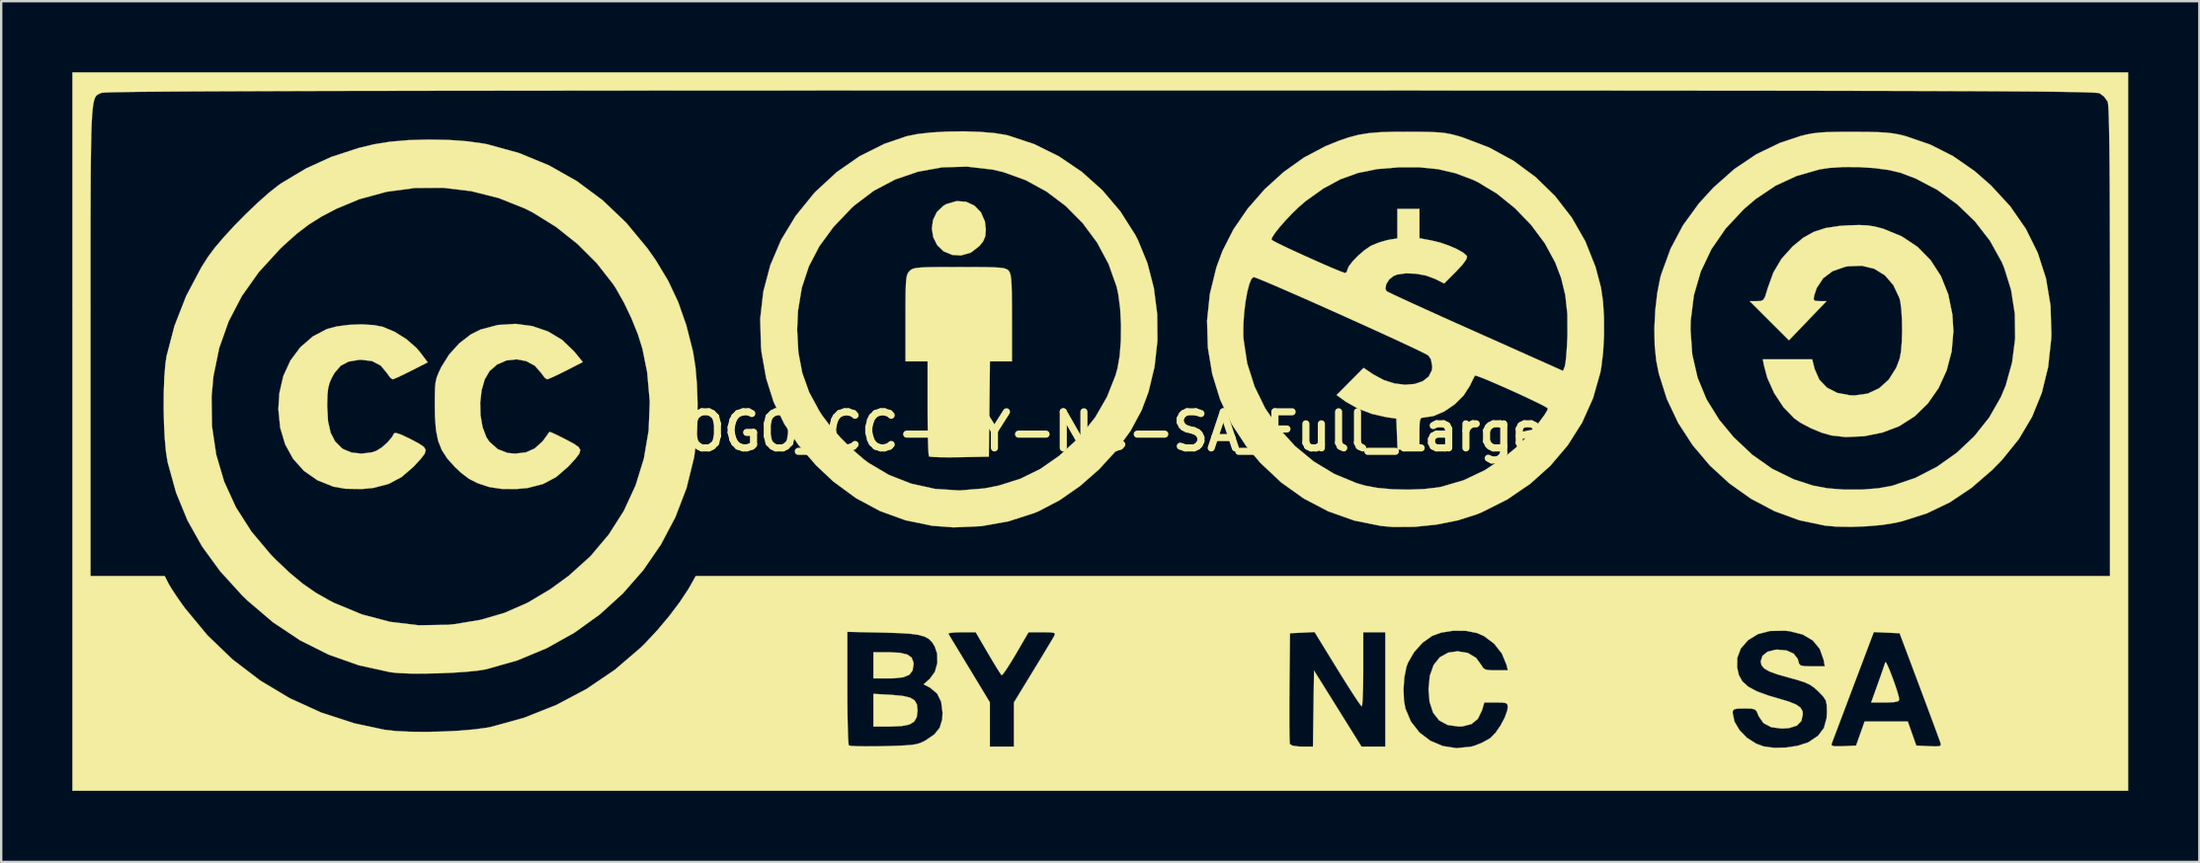
<source format=kicad_pcb>
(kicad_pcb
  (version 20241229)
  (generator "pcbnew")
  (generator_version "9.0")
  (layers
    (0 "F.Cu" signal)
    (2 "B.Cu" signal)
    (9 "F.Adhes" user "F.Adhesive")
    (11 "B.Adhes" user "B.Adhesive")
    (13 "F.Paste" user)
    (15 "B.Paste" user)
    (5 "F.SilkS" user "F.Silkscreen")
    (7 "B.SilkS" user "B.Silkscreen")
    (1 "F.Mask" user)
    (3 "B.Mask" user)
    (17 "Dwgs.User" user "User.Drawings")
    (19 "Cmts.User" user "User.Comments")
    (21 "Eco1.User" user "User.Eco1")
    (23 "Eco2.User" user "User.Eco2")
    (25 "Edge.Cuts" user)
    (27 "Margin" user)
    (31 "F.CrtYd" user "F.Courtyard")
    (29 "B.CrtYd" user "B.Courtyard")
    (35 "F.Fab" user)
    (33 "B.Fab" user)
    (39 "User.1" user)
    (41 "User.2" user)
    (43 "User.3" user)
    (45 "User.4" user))
  (footprint "LOGO_CC-BY-NC-SA_Full_Large"
    (layer "F.Cu")
    (at 43.354 15.16)
    (property "Reference" "LOGO_CC-BY-NC-SA_Full_Large" (at 0 0 0) (layer "F.SilkS") (effects (font (size 1.524 1.524) (thickness 0.3))))
    (attr through_hole board_only exclude_from_pos_files exclude_from_bom)
    (fp_poly (pts (xy -8.452 9.335) (xy -8.141 9.407) (xy -7.956 9.538) (xy -7.879 9.738) (xy -7.874 9.826) (xy -7.916 10.085) (xy -8.053 10.262) (xy -8.307 10.366) (xy -8.697 10.411) (xy -8.89 10.414) (xy -9.567 10.414) (xy -9.567 9.313) (xy -8.909 9.313) (xy -8.452 9.335)) (stroke (width 0.01) (type solid)) (fill yes) (layer "F.SilkS"))
    (fp_poly (pts (xy -8.802 11.111) (xy -8.342 11.153) (xy -8.026 11.225) (xy -7.831 11.341) (xy -7.732 11.516) (xy -7.706 11.761) (xy -7.738 12.04) (xy -7.845 12.235) (xy -8.05 12.359) (xy -8.375 12.425) (xy -8.843 12.446) (xy -8.884 12.446) (xy -9.567 12.446) (xy -9.567 11.068) (xy -8.802 11.111)) (stroke (width 0.01) (type solid)) (fill yes) (layer "F.SilkS"))
    (fp_poly (pts (xy 33.136 9.738) (xy 33.203 9.865) (xy 33.297 10.083) (xy 33.403 10.357) (xy 33.51 10.652) (xy 33.603 10.933) (xy 33.67 11.164) (xy 33.697 11.312) (xy 33.697 11.318) (xy 33.646 11.381) (xy 33.476 11.417) (xy 33.164 11.43) (xy 33.106 11.43) (xy 32.514 11.43) (xy 32.81 10.604) (xy 32.932 10.258) (xy 33.031 9.974) (xy 33.092 9.789) (xy 33.107 9.737) (xy 33.136 9.738)) (stroke (width 0.01) (type solid)) (fill yes) (layer "F.SilkS"))
    (fp_poly (pts (xy -5.654 -9.695) (xy -5.304 -9.53) (xy -5.032 -9.248) (xy -4.866 -8.866) (xy -4.826 -8.529) (xy -4.849 -8.241) (xy -4.941 -8.024) (xy -5.101 -7.826) (xy -5.459 -7.55) (xy -5.874 -7.432) (xy -6.248 -7.456) (xy -6.611 -7.608) (xy -6.877 -7.866) (xy -7.042 -8.196) (xy -7.102 -8.561) (xy -7.053 -8.929) (xy -6.891 -9.263) (xy -6.613 -9.529) (xy -6.484 -9.601) (xy -6.056 -9.724) (xy -5.654 -9.695)) (stroke (width 0.01) (type solid)) (fill yes) (layer "F.SilkS"))
    (fp_poly (pts (xy -5.314 -6.942) (xy -4.836 -6.938) (xy -4.483 -6.929) (xy -4.234 -6.914) (xy -4.067 -6.891) (xy -3.961 -6.858) (xy -3.892 -6.814) (xy -3.865 -6.788) (xy -3.819 -6.717) (xy -3.783 -6.607) (xy -3.758 -6.435) (xy -3.741 -6.179) (xy -3.731 -5.817) (xy -3.726 -5.327) (xy -3.725 -4.798) (xy -3.725 -2.963) (xy -4.654 -2.963) (xy -4.699 1.058) (xy -5.932 1.082) (xy -6.372 1.086) (xy -6.752 1.083) (xy -7.038 1.072) (xy -7.2 1.055) (xy -7.223 1.046) (xy -7.239 0.949) (xy -7.254 0.706) (xy -7.266 0.342) (xy -7.275 -0.117) (xy -7.28 -0.648) (xy -7.281 -0.988) (xy -7.281 -2.963) (xy -8.213 -2.963) (xy -8.213 -4.784) (xy -8.212 -5.387) (xy -8.208 -5.843) (xy -8.199 -6.177) (xy -8.183 -6.41) (xy -8.158 -6.567) (xy -8.122 -6.67) (xy -8.073 -6.742) (xy -8.043 -6.773) (xy -7.98 -6.828) (xy -7.898 -6.869) (xy -7.774 -6.899) (xy -7.588 -6.92) (xy -7.316 -6.933) (xy -6.936 -6.94) (xy -6.427 -6.942) (xy -5.94 -6.943) (xy -5.314 -6.942)) (stroke (width 0.01) (type solid)) (fill yes) (layer "F.SilkS"))
    (fp_poly (pts (xy -30.632 -4.492) (xy -30.268 -4.422) (xy -29.767 -4.214) (xy -29.271 -3.904) (xy -28.848 -3.535) (xy -28.685 -3.345) (xy -28.366 -2.922) (xy -29.063 -2.566) (xy -29.378 -2.409) (xy -29.639 -2.287) (xy -29.808 -2.216) (xy -29.845 -2.206) (xy -29.94 -2.27) (xy -30.059 -2.431) (xy -30.073 -2.454) (xy -30.345 -2.783) (xy -30.71 -2.975) (xy -31.174 -3.03) (xy -31.264 -3.026) (xy -31.706 -2.952) (xy -32.036 -2.778) (xy -32.295 -2.476) (xy -32.41 -2.271) (xy -32.505 -2.053) (xy -32.564 -1.827) (xy -32.594 -1.544) (xy -32.604 -1.153) (xy -32.604 -1.058) (xy -32.57 -0.439) (xy -32.461 0.046) (xy -32.27 0.418) (xy -31.989 0.698) (xy -31.928 0.741) (xy -31.58 0.885) (xy -31.157 0.932) (xy -30.728 0.879) (xy -30.537 0.816) (xy -30.303 0.672) (xy -30.059 0.456) (xy -29.864 0.222) (xy -29.785 0.075) (xy -29.695 0.059) (xy -29.47 0.136) (xy -29.115 0.305) (xy -29.059 0.334) (xy -28.729 0.51) (xy -28.526 0.648) (xy -28.449 0.78) (xy -28.494 0.938) (xy -28.66 1.154) (xy -28.943 1.46) (xy -28.971 1.49) (xy -29.468 1.92) (xy -30.024 2.213) (xy -30.666 2.379) (xy -31.151 2.424) (xy -31.828 2.413) (xy -32.341 2.325) (xy -33.016 2.055) (xy -33.584 1.659) (xy -34.041 1.15) (xy -34.377 0.539) (xy -34.586 -0.161) (xy -34.663 -0.939) (xy -34.622 -1.616) (xy -34.455 -2.342) (xy -34.155 -2.997) (xy -33.735 -3.56) (xy -33.212 -4.012) (xy -32.621 -4.324) (xy -32.204 -4.436) (xy -31.689 -4.503) (xy -31.143 -4.523) (xy -30.632 -4.492)) (stroke (width 0.01) (type solid)) (fill yes) (layer "F.SilkS"))
    (fp_poly (pts (xy -23.96 -4.452) (xy -23.293 -4.225) (xy -22.697 -3.868) (xy -22.198 -3.389) (xy -22.194 -3.385) (xy -21.824 -2.933) (xy -22.533 -2.571) (xy -22.851 -2.413) (xy -23.115 -2.289) (xy -23.288 -2.217) (xy -23.329 -2.206) (xy -23.426 -2.269) (xy -23.55 -2.43) (xy -23.57 -2.462) (xy -23.846 -2.777) (xy -24.207 -2.973) (xy -24.617 -3.049) (xy -25.038 -3.003) (xy -25.435 -2.833) (xy -25.756 -2.554) (xy -25.961 -2.2) (xy -26.093 -1.739) (xy -26.152 -1.219) (xy -26.138 -0.686) (xy -26.051 -0.185) (xy -25.892 0.236) (xy -25.763 0.429) (xy -25.412 0.742) (xy -25.002 0.902) (xy -24.682 0.931) (xy -24.235 0.881) (xy -23.859 0.716) (xy -23.524 0.418) (xy -23.23 0.014) (xy -23.152 0.037) (xy -22.959 0.124) (xy -22.686 0.259) (xy -22.529 0.34) (xy -22.204 0.513) (xy -22.004 0.65) (xy -21.929 0.782) (xy -21.976 0.94) (xy -22.142 1.156) (xy -22.426 1.463) (xy -22.452 1.49) (xy -22.949 1.92) (xy -23.504 2.213) (xy -24.146 2.379) (xy -24.632 2.424) (xy -25.25 2.418) (xy -25.75 2.344) (xy -25.804 2.329) (xy -26.26 2.178) (xy -26.624 1.993) (xy -26.965 1.735) (xy -27.223 1.49) (xy -27.539 1.138) (xy -27.768 0.785) (xy -27.924 0.393) (xy -28.017 -0.073) (xy -28.06 -0.648) (xy -28.066 -1.06) (xy -28.065 -1.515) (xy -28.055 -1.843) (xy -28.031 -2.085) (xy -27.984 -2.282) (xy -27.908 -2.477) (xy -27.797 -2.711) (xy -27.79 -2.726) (xy -27.46 -3.253) (xy -27.035 -3.722) (xy -26.553 -4.095) (xy -26.139 -4.303) (xy -25.409 -4.497) (xy -24.674 -4.545) (xy -23.96 -4.452)) (stroke (width 0.01) (type solid)) (fill yes) (layer "F.SilkS"))
    (fp_poly (pts (xy 32.352 -8.7) (xy 32.657 -8.653) (xy 32.985 -8.568) (xy 33.031 -8.554) (xy 33.802 -8.237) (xy 34.468 -7.793) (xy 35.021 -7.231) (xy 35.455 -6.561) (xy 35.763 -5.792) (xy 35.939 -4.935) (xy 35.981 -4.233) (xy 35.908 -3.382) (xy 35.696 -2.576) (xy 35.358 -1.838) (xy 34.905 -1.187) (xy 34.348 -0.644) (xy 33.7 -0.23) (xy 33.679 -0.22) (xy 32.981 0.043) (xy 32.215 0.196) (xy 31.443 0.231) (xy 30.834 0.163) (xy 30.419 0.045) (xy 29.965 -0.143) (xy 29.545 -0.366) (xy 29.266 -0.56) (xy 28.811 -1.034) (xy 28.424 -1.621) (xy 28.134 -2.267) (xy 27.997 -2.773) (xy 27.944 -3.048) (xy 30.025 -3.048) (xy 30.13 -2.636) (xy 30.324 -2.193) (xy 30.643 -1.857) (xy 31.08 -1.633) (xy 31.622 -1.53) (xy 31.814 -1.524) (xy 32.368 -1.602) (xy 32.854 -1.83) (xy 33.259 -2.197) (xy 33.571 -2.694) (xy 33.716 -3.077) (xy 33.771 -3.364) (xy 33.805 -3.764) (xy 33.819 -4.227) (xy 33.813 -4.701) (xy 33.788 -5.138) (xy 33.743 -5.486) (xy 33.708 -5.63) (xy 33.449 -6.18) (xy 33.09 -6.595) (xy 32.643 -6.87) (xy 32.118 -6.998) (xy 31.527 -6.973) (xy 31.405 -6.949) (xy 30.884 -6.767) (xy 30.489 -6.47) (xy 30.217 -6.058) (xy 30.109 -5.736) (xy 30.086 -5.579) (xy 30.147 -5.515) (xy 30.335 -5.503) (xy 30.342 -5.503) (xy 30.63 -5.503) (xy 29.838 -4.678) (xy 29.046 -3.852) (xy 28.218 -4.678) (xy 27.391 -5.503) (xy 27.694 -5.503) (xy 27.859 -5.51) (xy 27.962 -5.557) (xy 28.036 -5.679) (xy 28.111 -5.914) (xy 28.144 -6.032) (xy 28.39 -6.713) (xy 28.73 -7.287) (xy 29.194 -7.803) (xy 29.224 -7.831) (xy 29.654 -8.181) (xy 30.096 -8.428) (xy 30.591 -8.588) (xy 31.184 -8.677) (xy 31.556 -8.701) (xy 32.006 -8.714) (xy 32.352 -8.7)) (stroke (width 0.01) (type solid)) (fill yes) (layer "F.SilkS"))
    (fp_poly (pts (xy -5.072 -12.645) (xy -4.462 -12.594) (xy -3.964 -12.513) (xy -3.895 -12.496) (xy -2.786 -12.129) (xy -1.742 -11.612) (xy -0.778 -10.958) (xy 0.09 -10.181) (xy 0.846 -9.291) (xy 1.474 -8.303) (xy 1.587 -8.086) (xy 1.988 -7.11) (xy 2.26 -6.056) (xy 2.401 -4.955) (xy 2.411 -3.837) (xy 2.289 -2.733) (xy 2.035 -1.674) (xy 1.743 -0.896) (xy 1.278 -0.032) (xy 0.671 0.806) (xy -0.049 1.592) (xy -0.854 2.298) (xy -1.717 2.898) (xy -2.608 3.365) (xy -2.769 3.432) (xy -3.866 3.786) (xy -5.017 3.991) (xy -6.189 4.042) (xy -7.091 3.974) (xy -8.215 3.743) (xy -9.289 3.353) (xy -10.307 2.806) (xy -11.26 2.106) (xy -11.984 1.426) (xy -12.734 0.559) (xy -13.326 -0.324) (xy -13.774 -1.247) (xy -14.088 -2.237) (xy -14.281 -3.32) (xy -14.309 -3.578) (xy -14.328 -4.294) (xy -12.785 -4.294) (xy -12.732 -3.334) (xy -12.567 -2.47) (xy -12.279 -1.664) (xy -11.854 -0.877) (xy -11.73 -0.684) (xy -11.386 -0.227) (xy -10.947 0.266) (xy -10.466 0.745) (xy -9.991 1.157) (xy -9.781 1.315) (xy -8.913 1.83) (xy -7.971 2.199) (xy -6.973 2.418) (xy -5.937 2.486) (xy -4.88 2.398) (xy -4.279 2.279) (xy -3.367 1.99) (xy -2.527 1.578) (xy -1.736 1.026) (xy -0.97 0.322) (xy -0.816 0.16) (xy -0.209 -0.607) (xy 0.287 -1.466) (xy 0.646 -2.374) (xy 0.728 -2.667) (xy 0.82 -3.196) (xy 0.869 -3.83) (xy 0.876 -4.512) (xy 0.84 -5.185) (xy 0.762 -5.79) (xy 0.693 -6.108) (xy 0.351 -7.074) (xy -0.132 -7.974) (xy -0.739 -8.793) (xy -1.455 -9.516) (xy -2.263 -10.126) (xy -3.146 -10.609) (xy -4.089 -10.949) (xy -4.54 -11.054) (xy -5.615 -11.18) (xy -6.67 -11.15) (xy -7.688 -10.966) (xy -8.655 -10.635) (xy -9.553 -10.16) (xy -10.368 -9.545) (xy -10.493 -9.43) (xy -11.251 -8.635) (xy -11.847 -7.822) (xy -12.29 -6.972) (xy -12.588 -6.067) (xy -12.749 -5.09) (xy -12.785 -4.294) (xy -14.328 -4.294) (xy -14.341 -4.762) (xy -14.208 -5.915) (xy -13.913 -7.026) (xy -13.459 -8.09) (xy -12.849 -9.096) (xy -12.087 -10.037) (xy -12.002 -10.128) (xy -11.114 -10.948) (xy -10.149 -11.619) (xy -9.112 -12.138) (xy -8.17 -12.461) (xy -7.699 -12.555) (xy -7.107 -12.621) (xy -6.441 -12.658) (xy -5.748 -12.667) (xy -5.072 -12.645)) (stroke (width 0.01) (type solid)) (fill yes) (layer "F.SilkS"))
    (fp_poly (pts (xy 31.75 -12.647) (xy 32.343 -12.644) (xy 32.801 -12.633) (xy 33.159 -12.612) (xy 33.453 -12.578) (xy 33.716 -12.529) (xy 33.968 -12.465) (xy 35.009 -12.107) (xy 35.968 -11.622) (xy 36.871 -10.995) (xy 37.563 -10.389) (xy 38.379 -9.503) (xy 39.037 -8.554) (xy 39.539 -7.542) (xy 39.886 -6.464) (xy 40.077 -5.319) (xy 40.114 -4.103) (xy 40.105 -3.902) (xy 39.976 -2.719) (xy 39.709 -1.63) (xy 39.3 -0.624) (xy 38.743 0.315) (xy 38.032 1.197) (xy 37.622 1.615) (xy 36.74 2.378) (xy 35.831 2.985) (xy 34.872 3.447) (xy 33.84 3.778) (xy 33.517 3.853) (xy 32.979 3.939) (xy 32.342 3.995) (xy 31.676 4.02) (xy 31.047 4.01) (xy 30.572 3.969) (xy 29.481 3.74) (xy 28.435 3.357) (xy 27.448 2.836) (xy 26.535 2.189) (xy 25.709 1.431) (xy 24.985 0.575) (xy 24.375 -0.365) (xy 23.896 -1.376) (xy 23.559 -2.444) (xy 23.448 -2.998) (xy 23.384 -3.636) (xy 23.373 -4.3) (xy 24.893 -4.3) (xy 24.968 -3.253) (xy 25.191 -2.279) (xy 25.567 -1.366) (xy 26.102 -0.501) (xy 26.704 0.228) (xy 27.495 0.976) (xy 28.336 1.568) (xy 29.244 2.014) (xy 30.058 2.28) (xy 30.67 2.394) (xy 31.378 2.45) (xy 32.117 2.45) (xy 32.825 2.392) (xy 33.409 2.284) (xy 34.376 1.955) (xy 35.288 1.486) (xy 36.123 0.895) (xy 36.863 0.197) (xy 37.49 -0.591) (xy 37.982 -1.45) (xy 38.186 -1.937) (xy 38.459 -2.915) (xy 38.587 -3.936) (xy 38.573 -4.967) (xy 38.416 -5.975) (xy 38.118 -6.929) (xy 38.018 -7.163) (xy 37.525 -8.05) (xy 36.893 -8.865) (xy 36.144 -9.588) (xy 35.298 -10.201) (xy 34.378 -10.684) (xy 33.74 -10.923) (xy 33.251 -11.038) (xy 32.651 -11.118) (xy 31.995 -11.16) (xy 31.339 -11.163) (xy 30.738 -11.124) (xy 30.338 -11.063) (xy 29.364 -10.784) (xy 28.476 -10.372) (xy 27.645 -9.815) (xy 27.138 -9.381) (xy 26.378 -8.57) (xy 25.774 -7.692) (xy 25.326 -6.75) (xy 25.035 -5.746) (xy 24.902 -4.682) (xy 24.893 -4.3) (xy 23.373 -4.3) (xy 23.372 -4.363) (xy 23.409 -5.12) (xy 23.493 -5.848) (xy 23.618 -6.486) (xy 23.661 -6.64) (xy 24.054 -7.716) (xy 24.578 -8.703) (xy 25.246 -9.623) (xy 25.859 -10.294) (xy 26.74 -11.075) (xy 27.668 -11.7) (xy 28.662 -12.179) (xy 29.506 -12.462) (xy 29.776 -12.531) (xy 30.034 -12.58) (xy 30.316 -12.614) (xy 30.656 -12.635) (xy 31.091 -12.645) (xy 31.654 -12.647) (xy 31.75 -12.647)) (stroke (width 0.01) (type solid)) (fill yes) (layer "F.SilkS"))
    (fp_poly (pts (xy -27.486 -12.305) (xy -26.683 -12.247) (xy -25.979 -12.147) (xy -25.846 -12.12) (xy -24.509 -11.751) (xy -23.252 -11.233) (xy -22.078 -10.569) (xy -20.991 -9.762) (xy -19.996 -8.814) (xy -19.096 -7.728) (xy -18.746 -7.229) (xy -18.225 -6.364) (xy -17.802 -5.466) (xy -17.461 -4.492) (xy -17.184 -3.401) (xy -17.172 -3.344) (xy -17.074 -2.723) (xy -17.011 -1.989) (xy -16.984 -1.193) (xy -16.993 -0.389) (xy -17.039 0.371) (xy -17.122 1.036) (xy -17.133 1.097) (xy -17.45 2.384) (xy -17.92 3.611) (xy -18.531 4.769) (xy -19.272 5.846) (xy -20.135 6.832) (xy -21.108 7.716) (xy -22.181 8.488) (xy -23.343 9.138) (xy -24.585 9.655) (xy -25.896 10.028) (xy -25.908 10.031) (xy -26.271 10.089) (xy -26.761 10.138) (xy -27.334 10.176) (xy -27.947 10.201) (xy -28.559 10.212) (xy -29.127 10.209) (xy -29.607 10.189) (xy -29.928 10.156) (xy -31.266 9.863) (xy -32.54 9.414) (xy -33.748 8.809) (xy -34.891 8.047) (xy -35.968 7.13) (xy -36.199 6.904) (xy -37.12 5.89) (xy -37.883 4.843) (xy -38.498 3.746) (xy -38.976 2.579) (xy -39.325 1.325) (xy -39.337 1.27) (xy -39.405 0.845) (xy -39.455 0.294) (xy -39.487 -0.339) (xy -39.501 -1.012) (xy -39.498 -1.477) (xy -37.482 -1.477) (xy -37.464 -0.224) (xy -37.286 0.973) (xy -36.949 2.115) (xy -36.452 3.199) (xy -35.797 4.224) (xy -34.984 5.19) (xy -34.781 5.398) (xy -34.183 5.964) (xy -33.634 6.42) (xy -33.088 6.799) (xy -32.503 7.132) (xy -32.3 7.235) (xy -31.142 7.715) (xy -29.955 8.028) (xy -28.74 8.174) (xy -27.5 8.153) (xy -27.22 8.125) (xy -26.132 7.944) (xy -25.12 7.647) (xy -24.153 7.223) (xy -23.2 6.657) (xy -22.412 6.082) (xy -21.504 5.262) (xy -20.73 4.347) (xy -20.093 3.346) (xy -19.598 2.273) (xy -19.247 1.139) (xy -19.047 -0.043) (xy -18.999 -1.261) (xy -19.109 -2.504) (xy -19.31 -3.5) (xy -19.498 -4.101) (xy -19.766 -4.767) (xy -20.083 -5.431) (xy -20.421 -6.03) (xy -20.553 -6.233) (xy -21.237 -7.106) (xy -22.052 -7.919) (xy -22.961 -8.641) (xy -23.929 -9.241) (xy -24.257 -9.408) (xy -25.368 -9.852) (xy -26.529 -10.145) (xy -27.719 -10.287) (xy -28.915 -10.278) (xy -30.097 -10.118) (xy -31.243 -9.807) (xy -32.216 -9.402) (xy -32.841 -9.074) (xy -33.38 -8.735) (xy -33.889 -8.348) (xy -34.42 -7.873) (xy -34.619 -7.681) (xy -35.493 -6.723) (xy -36.206 -5.715) (xy -36.761 -4.65) (xy -37.159 -3.526) (xy -37.403 -2.337) (xy -37.482 -1.477) (xy -39.498 -1.477) (xy -39.496 -1.681) (xy -39.473 -2.304) (xy -39.43 -2.836) (xy -39.381 -3.175) (xy -39.046 -4.457) (xy -38.554 -5.716) (xy -37.915 -6.924) (xy -37.635 -7.366) (xy -37.35 -7.75) (xy -36.965 -8.203) (xy -36.512 -8.695) (xy -36.022 -9.192) (xy -35.529 -9.662) (xy -35.065 -10.074) (xy -34.66 -10.394) (xy -34.544 -10.475) (xy -33.498 -11.101) (xy -32.428 -11.59) (xy -31.287 -11.963) (xy -30.627 -12.122) (xy -29.957 -12.23) (xy -29.175 -12.297) (xy -28.334 -12.321) (xy -27.486 -12.305)) (stroke (width 0.01) (type solid)) (fill yes) (layer "F.SilkS"))
    (fp_poly (pts (xy 13.521 -12.648) (xy 13.953 -12.639) (xy 14.287 -12.622) (xy 14.558 -12.593) (xy 14.802 -12.547) (xy 15.052 -12.482) (xy 15.272 -12.416) (xy 16.397 -11.988) (xy 17.43 -11.425) (xy 18.362 -10.737) (xy 19.184 -9.934) (xy 19.885 -9.028) (xy 20.457 -8.029) (xy 20.888 -6.947) (xy 21.118 -6.073) (xy 21.202 -5.494) (xy 21.244 -4.809) (xy 21.247 -4.077) (xy 21.208 -3.357) (xy 21.13 -2.707) (xy 21.092 -2.496) (xy 20.782 -1.405) (xy 20.321 -0.377) (xy 19.719 0.575) (xy 18.985 1.44) (xy 18.131 2.207) (xy 17.165 2.865) (xy 16.097 3.402) (xy 15.875 3.493) (xy 15.076 3.747) (xy 14.182 3.925) (xy 13.254 4.02) (xy 12.352 4.026) (xy 11.845 3.982) (xy 10.706 3.753) (xy 9.616 3.366) (xy 8.586 2.827) (xy 7.627 2.143) (xy 6.752 1.32) (xy 6.159 0.62) (xy 5.536 -0.327) (xy 5.057 -1.348) (xy 4.724 -2.426) (xy 4.539 -3.541) (xy 4.521 -4.139) (xy 6.031 -4.139) (xy 6.042 -3.895) (xy 6.196 -2.88) (xy 6.505 -1.906) (xy 6.953 -0.988) (xy 7.527 -0.143) (xy 8.214 0.612) (xy 9.001 1.261) (xy 9.873 1.789) (xy 10.817 2.178) (xy 11.176 2.282) (xy 11.701 2.379) (xy 12.33 2.436) (xy 13.005 2.451) (xy 13.665 2.425) (xy 14.25 2.356) (xy 14.387 2.33) (xy 15.324 2.055) (xy 16.218 1.63) (xy 17.085 1.048) (xy 17.501 0.705) (xy 17.75 0.468) (xy 18.024 0.178) (xy 18.297 -0.135) (xy 18.543 -0.439) (xy 18.737 -0.704) (xy 18.855 -0.899) (xy 18.878 -0.974) (xy 18.805 -1.028) (xy 18.605 -1.136) (xy 18.307 -1.283) (xy 17.939 -1.458) (xy 17.53 -1.646) (xy 17.108 -1.836) (xy 16.702 -2.015) (xy 16.34 -2.17) (xy 16.05 -2.287) (xy 15.862 -2.354) (xy 15.803 -2.363) (xy 15.754 -2.273) (xy 15.658 -2.08) (xy 15.585 -1.927) (xy 15.319 -1.516) (xy 14.948 -1.148) (xy 14.515 -0.852) (xy 14.062 -0.657) (xy 13.659 -0.593) (xy 13.561 -0.584) (xy 13.503 -0.533) (xy 13.473 -0.407) (xy 13.463 -0.171) (xy 13.462 0.085) (xy 13.462 0.762) (xy 12.538 0.762) (xy 12.488 -0.548) (xy 12.052 -0.611) (xy 11.457 -0.747) (xy 10.871 -0.97) (xy 10.369 -1.252) (xy 10.328 -1.281) (xy 9.969 -1.541) (xy 10.538 -2.114) (xy 11.107 -2.687) (xy 11.522 -2.408) (xy 11.961 -2.171) (xy 12.414 -2.028) (xy 12.856 -1.975) (xy 13.26 -2.008) (xy 13.601 -2.124) (xy 13.852 -2.32) (xy 13.988 -2.591) (xy 14.004 -2.743) (xy 13.946 -3.05) (xy 13.839 -3.209) (xy 13.735 -3.27) (xy 13.496 -3.39) (xy 13.14 -3.56) (xy 12.687 -3.772) (xy 12.155 -4.018) (xy 11.563 -4.289) (xy 10.93 -4.576) (xy 10.274 -4.872) (xy 9.615 -5.167) (xy 8.972 -5.454) (xy 8.363 -5.723) (xy 7.806 -5.967) (xy 7.322 -6.176) (xy 6.929 -6.343) (xy 6.645 -6.459) (xy 6.49 -6.515) (xy 6.469 -6.52) (xy 6.376 -6.44) (xy 6.285 -6.222) (xy 6.2 -5.896) (xy 6.128 -5.494) (xy 6.072 -5.047) (xy 6.038 -4.585) (xy 6.031 -4.139) (xy 4.521 -4.139) (xy 4.505 -4.675) (xy 4.624 -5.81) (xy 4.898 -6.928) (xy 5.152 -7.617) (xy 5.396 -8.097) (xy 7.221 -8.097) (xy 7.302 -8.043) (xy 7.509 -7.936) (xy 7.814 -7.788) (xy 8.189 -7.613) (xy 8.605 -7.422) (xy 9.033 -7.23) (xy 9.443 -7.048) (xy 9.809 -6.891) (xy 10.1 -6.771) (xy 10.288 -6.701) (xy 10.339 -6.689) (xy 10.407 -6.757) (xy 10.414 -6.804) (xy 10.477 -6.962) (xy 10.643 -7.18) (xy 10.874 -7.42) (xy 11.134 -7.645) (xy 11.385 -7.819) (xy 11.466 -7.862) (xy 11.776 -7.985) (xy 12.097 -8.077) (xy 12.187 -8.095) (xy 12.531 -8.15) (xy 12.531 -9.398) (xy 13.462 -9.398) (xy 13.462 -8.158) (xy 13.986 -8.06) (xy 14.344 -7.972) (xy 14.712 -7.844) (xy 15.047 -7.697) (xy 15.309 -7.548) (xy 15.457 -7.416) (xy 15.47 -7.391) (xy 15.435 -7.261) (xy 15.276 -7.042) (xy 15.01 -6.757) (xy 14.503 -6.249) (xy 14.13 -6.439) (xy 13.752 -6.58) (xy 13.319 -6.661) (xy 12.89 -6.678) (xy 12.524 -6.626) (xy 12.378 -6.57) (xy 12.184 -6.416) (xy 12.059 -6.216) (xy 12.028 -6.024) (xy 12.075 -5.925) (xy 12.166 -5.876) (xy 12.396 -5.765) (xy 12.747 -5.601) (xy 13.203 -5.391) (xy 13.749 -5.143) (xy 14.367 -4.863) (xy 15.041 -4.56) (xy 15.409 -4.396) (xy 16.122 -4.077) (xy 16.802 -3.774) (xy 17.429 -3.494) (xy 17.985 -3.245) (xy 18.451 -3.037) (xy 18.808 -2.877) (xy 19.037 -2.775) (xy 19.092 -2.75) (xy 19.516 -2.56) (xy 19.59 -2.74) (xy 19.621 -2.89) (xy 19.652 -3.171) (xy 19.68 -3.546) (xy 19.702 -3.977) (xy 19.705 -4.064) (xy 19.701 -4.96) (xy 19.615 -5.749) (xy 19.439 -6.477) (xy 19.189 -7.135) (xy 18.749 -7.945) (xy 18.171 -8.72) (xy 17.486 -9.429) (xy 16.727 -10.042) (xy 15.924 -10.526) (xy 15.686 -10.638) (xy 14.976 -10.903) (xy 14.247 -11.072) (xy 13.453 -11.152) (xy 12.615 -11.153) (xy 11.688 -11.077) (xy 10.872 -10.913) (xy 10.125 -10.644) (xy 9.406 -10.255) (xy 8.674 -9.733) (xy 8.645 -9.71) (xy 8.377 -9.478) (xy 8.09 -9.2) (xy 7.808 -8.903) (xy 7.556 -8.615) (xy 7.359 -8.364) (xy 7.241 -8.178) (xy 7.221 -8.097) (xy 5.396 -8.097) (xy 5.618 -8.532) (xy 6.221 -9.41) (xy 6.935 -10.226) (xy 7.736 -10.953) (xy 8.595 -11.565) (xy 9.489 -12.036) (xy 9.552 -12.063) (xy 10.051 -12.265) (xy 10.487 -12.415) (xy 10.901 -12.522) (xy 11.333 -12.592) (xy 11.822 -12.632) (xy 12.409 -12.649) (xy 12.954 -12.651) (xy 13.521 -12.648)) (stroke (width 0.01) (type solid)) (fill yes) (layer "F.SilkS"))
    (fp_poly (pts (xy 43.349 15.155) (xy -43.349 15.155) (xy -43.349 -6.712) (xy -42.587 -6.712) (xy -42.587 -5.339) (xy -42.587 -3.814) (xy -42.587 6.096) (xy -39.458 6.096) (xy -39.294 6.419) (xy -39.172 6.626) (xy -38.979 6.921) (xy -38.745 7.257) (xy -38.601 7.456) (xy -37.655 8.597) (xy -36.597 9.613) (xy -35.439 10.499) (xy -34.19 11.248) (xy -32.86 11.854) (xy -31.459 12.311) (xy -30.184 12.583) (xy -29.706 12.637) (xy -29.106 12.666) (xy -28.429 12.672) (xy -27.721 12.657) (xy -27.027 12.622) (xy -26.393 12.567) (xy -25.863 12.495) (xy -25.696 12.463) (xy -24.294 12.075) (xy -22.943 11.537) (xy -21.663 10.859) (xy -21.599 10.815) (xy -10.668 10.815) (xy -10.666 11.432) (xy -10.66 11.994) (xy -10.65 12.478) (xy -10.638 12.862) (xy -10.623 13.124) (xy -10.607 13.242) (xy -10.604 13.245) (xy -10.503 13.265) (xy -10.261 13.278) (xy -9.909 13.284) (xy -9.477 13.282) (xy -9.141 13.276) (xy -8.614 13.261) (xy -8.226 13.243) (xy -7.945 13.22) (xy -7.739 13.185) (xy -7.578 13.136) (xy -7.431 13.067) (xy -7.37 13.034) (xy -6.999 12.78) (xy -6.772 12.499) (xy -6.666 12.151) (xy -6.65 11.868) (xy -6.709 11.401) (xy -6.882 11.052) (xy -7.176 10.807) (xy -7.209 10.789) (xy -7.449 10.664) (xy -7.185 10.428) (xy -6.974 10.136) (xy -6.869 9.763) (xy -6.879 9.369) (xy -6.977 9.075) (xy -7.088 8.892) (xy -7.224 8.753) (xy -7.409 8.651) (xy -7.666 8.579) (xy -8.019 8.531) (xy -8.095 8.527) (xy -6.408 8.527) (xy -6.407 8.53) (xy -6.354 8.619) (xy -6.227 8.83) (xy -6.04 9.139) (xy -5.808 9.523) (xy -5.544 9.959) (xy -5.513 10.009) (xy -4.657 11.425) (xy -4.657 13.293) (xy -3.641 13.293) (xy -3.641 11.958) (xy 7.973 11.958) (xy 7.975 12.438) (xy 7.979 12.818) (xy 7.987 13.075) (xy 7.997 13.185) (xy 7.997 13.186) (xy 8.11 13.255) (xy 8.371 13.29) (xy 8.505 13.293) (xy 8.971 13.293) (xy 9.017 10.088) (xy 10.017 11.69) (xy 11.017 13.293) (xy 12.023 13.293) (xy 12.023 10.872) (xy 12.789 10.872) (xy 12.809 11.355) (xy 12.869 11.687) (xy 13.104 12.24) (xy 13.463 12.698) (xy 13.919 13.045) (xy 14.449 13.27) (xy 15.027 13.359) (xy 15.629 13.298) (xy 15.781 13.257) (xy 16.091 13.135) (xy 16.386 12.974) (xy 16.463 12.921) (xy 16.673 12.706) (xy 16.881 12.404) (xy 17.057 12.074) (xy 17.131 11.869) (xy 26.67 11.869) (xy 26.748 12.238) (xy 26.962 12.601) (xy 27.278 12.924) (xy 27.667 13.171) (xy 27.982 13.286) (xy 28.422 13.345) (xy 28.922 13.334) (xy 29.413 13.259) (xy 29.627 13.191) (xy 30.839 13.191) (xy 30.855 13.251) (xy 30.979 13.279) (xy 31.238 13.28) (xy 31.337 13.276) (xy 31.877 13.25) (xy 32.237 12.234) (xy 34.057 12.234) (xy 34.237 12.742) (xy 34.417 13.25) (xy 34.953 13.276) (xy 35.243 13.286) (xy 35.397 13.275) (xy 35.451 13.231) (xy 35.439 13.142) (xy 35.43 13.113) (xy 35.385 12.987) (xy 35.289 12.724) (xy 35.15 12.348) (xy 34.977 11.881) (xy 34.777 11.345) (xy 34.559 10.762) (xy 34.542 10.717) (xy 33.714 8.509) (xy 33.169 8.484) (xy 32.624 8.46) (xy 31.752 10.77) (xy 31.528 11.364) (xy 31.323 11.908) (xy 31.143 12.383) (xy 30.999 12.767) (xy 30.896 13.039) (xy 30.843 13.18) (xy 30.839 13.191) (xy 29.627 13.191) (xy 29.824 13.129) (xy 29.881 13.101) (xy 30.274 12.835) (xy 30.52 12.507) (xy 30.635 12.087) (xy 30.649 11.83) (xy 30.641 11.537) (xy 30.598 11.343) (xy 30.488 11.175) (xy 30.29 10.969) (xy 30.106 10.803) (xy 29.924 10.679) (xy 29.698 10.576) (xy 29.386 10.476) (xy 29.041 10.381) (xy 28.557 10.243) (xy 28.218 10.119) (xy 28.003 9.995) (xy 27.889 9.859) (xy 27.855 9.699) (xy 27.855 9.694) (xy 27.932 9.458) (xy 28.147 9.29) (xy 28.477 9.207) (xy 28.555 9.202) (xy 28.951 9.238) (xy 29.246 9.372) (xy 29.415 9.591) (xy 29.438 9.669) (xy 29.473 9.798) (xy 29.541 9.869) (xy 29.684 9.899) (xy 29.945 9.906) (xy 30.023 9.906) (xy 30.56 9.906) (xy 30.509 9.631) (xy 30.346 9.17) (xy 30.052 8.814) (xy 29.629 8.564) (xy 29.082 8.424) (xy 28.871 8.402) (xy 28.248 8.414) (xy 27.734 8.547) (xy 27.32 8.804) (xy 27.314 8.809) (xy 27.012 9.157) (xy 26.867 9.546) (xy 26.861 9.956) (xy 26.933 10.278) (xy 27.081 10.542) (xy 27.326 10.764) (xy 27.688 10.959) (xy 28.185 11.141) (xy 28.59 11.259) (xy 29.039 11.393) (xy 29.345 11.517) (xy 29.529 11.645) (xy 29.616 11.791) (xy 29.632 11.919) (xy 29.569 12.212) (xy 29.378 12.407) (xy 29.053 12.51) (xy 28.746 12.531) (xy 28.297 12.473) (xy 27.972 12.299) (xy 27.771 12.011) (xy 27.759 11.981) (xy 27.691 11.814) (xy 27.608 11.726) (xy 27.461 11.69) (xy 27.199 11.684) (xy 27.161 11.684) (xy 26.884 11.69) (xy 26.737 11.717) (xy 26.679 11.782) (xy 26.67 11.869) (xy 17.131 11.869) (xy 17.166 11.771) (xy 17.187 11.625) (xy 17.174 11.516) (xy 17.106 11.457) (xy 16.945 11.434) (xy 16.693 11.43) (xy 16.198 11.43) (xy 16.098 11.764) (xy 15.926 12.119) (xy 15.658 12.341) (xy 15.279 12.439) (xy 15.123 12.446) (xy 14.654 12.381) (xy 14.293 12.186) (xy 14.038 11.861) (xy 13.889 11.404) (xy 13.845 10.88) (xy 13.899 10.307) (xy 14.059 9.852) (xy 14.32 9.524) (xy 14.677 9.328) (xy 15.071 9.271) (xy 15.505 9.342) (xy 15.849 9.549) (xy 16.07 9.85) (xy 16.148 9.977) (xy 16.255 10.044) (xy 16.44 10.071) (xy 16.686 10.075) (xy 17.191 10.075) (xy 17.135 9.842) (xy 16.938 9.364) (xy 16.61 8.947) (xy 16.184 8.629) (xy 15.89 8.5) (xy 15.419 8.407) (xy 14.893 8.402) (xy 14.383 8.482) (xy 14 8.62) (xy 13.592 8.909) (xy 13.233 9.309) (xy 12.973 9.762) (xy 12.91 9.939) (xy 12.823 10.374) (xy 12.789 10.872) (xy 12.023 10.872) (xy 12.023 8.467) (xy 11.091 8.467) (xy 11.091 10.033) (xy 11.088 10.527) (xy 11.079 10.956) (xy 11.065 11.295) (xy 11.048 11.516) (xy 11.028 11.595) (xy 10.967 11.525) (xy 10.832 11.331) (xy 10.636 11.034) (xy 10.394 10.655) (xy 10.119 10.215) (xy 10.002 10.025) (xy 9.039 8.459) (xy 8.001 8.509) (xy 7.978 10.794) (xy 7.974 11.403) (xy 7.973 11.958) (xy -3.641 11.958) (xy -3.641 11.43) (xy -2.831 10.102) (xy -2.567 9.669) (xy -2.33 9.277) (xy -2.136 8.954) (xy -1.999 8.725) (xy -1.939 8.62) (xy -1.91 8.54) (xy -1.951 8.494) (xy -2.093 8.472) (xy -2.367 8.467) (xy -2.44 8.467) (xy -3.024 8.467) (xy -3.563 9.391) (xy -3.771 9.737) (xy -3.95 10.018) (xy -4.084 10.209) (xy -4.155 10.282) (xy -4.158 10.281) (xy -4.22 10.199) (xy -4.348 9.999) (xy -4.523 9.712) (xy -4.727 9.367) (xy -4.733 9.357) (xy -5.252 8.467) (xy -5.848 8.467) (xy -6.135 8.475) (xy -6.335 8.496) (xy -6.408 8.527) (xy -8.095 8.527) (xy -8.492 8.502) (xy -9.108 8.483) (xy -9.165 8.482) (xy -10.668 8.45) (xy -10.668 10.815) (xy -21.599 10.815) (xy -20.472 10.051) (xy -19.389 9.124) (xy -19.189 8.926) (xy -18.678 8.379) (xy -18.183 7.79) (xy -17.74 7.204) (xy -17.384 6.667) (xy -17.301 6.524) (xy -17.06 6.096) (xy 42.587 6.096) (xy 42.587 -3.806) (xy 42.587 -5.406) (xy 42.586 -6.843) (xy 42.583 -8.125) (xy 42.58 -9.259) (xy 42.576 -10.25) (xy 42.57 -11.107) (xy 42.563 -11.836) (xy 42.555 -12.444) (xy 42.545 -12.938) (xy 42.535 -13.325) (xy 42.522 -13.611) (xy 42.508 -13.805) (xy 42.492 -13.911) (xy 42.486 -13.93) (xy 42.335 -14.134) (xy 42.152 -14.273) (xy 42.117 -14.282) (xy 42.046 -14.291) (xy 41.936 -14.299) (xy 41.781 -14.307) (xy 41.578 -14.314) (xy 41.323 -14.321) (xy 41.01 -14.328) (xy 40.637 -14.334) (xy 40.198 -14.34) (xy 39.691 -14.346) (xy 39.109 -14.351) (xy 38.45 -14.355) (xy 37.709 -14.36) (xy 36.881 -14.364) (xy 35.963 -14.367) (xy 34.951 -14.371) (xy 33.839 -14.374) (xy 32.625 -14.377) (xy 31.303 -14.379) (xy 29.87 -14.382) (xy 28.321 -14.384) (xy 26.652 -14.385) (xy 24.86 -14.387) (xy 22.939 -14.388) (xy 20.885 -14.39) (xy 18.695 -14.391) (xy 16.363 -14.391) (xy 13.887 -14.392) (xy 11.261 -14.393) (xy 8.482 -14.393) (xy 5.545 -14.393) (xy 2.446 -14.393) (xy 0.008 -14.393) (xy -3.328 -14.393) (xy -6.499 -14.393) (xy -9.508 -14.393) (xy -12.357 -14.392) (xy -15.051 -14.391) (xy -17.593 -14.39) (xy -19.987 -14.389) (xy -22.236 -14.387) (xy -24.343 -14.385) (xy -26.312 -14.383) (xy -28.146 -14.381) (xy -29.85 -14.378) (xy -31.426 -14.376) (xy -32.877 -14.373) (xy -34.208 -14.369) (xy -35.422 -14.365) (xy -36.522 -14.361) (xy -37.512 -14.357) (xy -38.395 -14.353) (xy -39.175 -14.348) (xy -39.855 -14.342) (xy -40.439 -14.337) (xy -40.93 -14.331) (xy -41.332 -14.324) (xy -41.647 -14.318) (xy -41.881 -14.31) (xy -42.035 -14.303) (xy -42.114 -14.295) (xy -42.124 -14.292) (xy -42.193 -14.263) (xy -42.255 -14.236) (xy -42.31 -14.202) (xy -42.359 -14.151) (xy -42.402 -14.076) (xy -42.438 -13.967) (xy -42.47 -13.814) (xy -42.497 -13.609) (xy -42.52 -13.344) (xy -42.538 -13.008) (xy -42.553 -12.593) (xy -42.564 -12.089) (xy -42.573 -11.489) (xy -42.579 -10.782) (xy -42.583 -9.96) (xy -42.586 -9.014) (xy -42.587 -7.934) (xy -42.587 -6.712) (xy -43.349 -6.712) (xy -43.349 -15.155) (xy 43.349 -15.155) (xy 43.349 15.155)) (stroke (width 0.01) (type solid)) (fill yes) (layer "F.SilkS")))
  (gr_rect
    (start -3 -3)
    (end 89.709 33.321)
    (stroke (width 0.1) (type default))
    (fill no)
    (layer "Edge.Cuts")))
</source>
